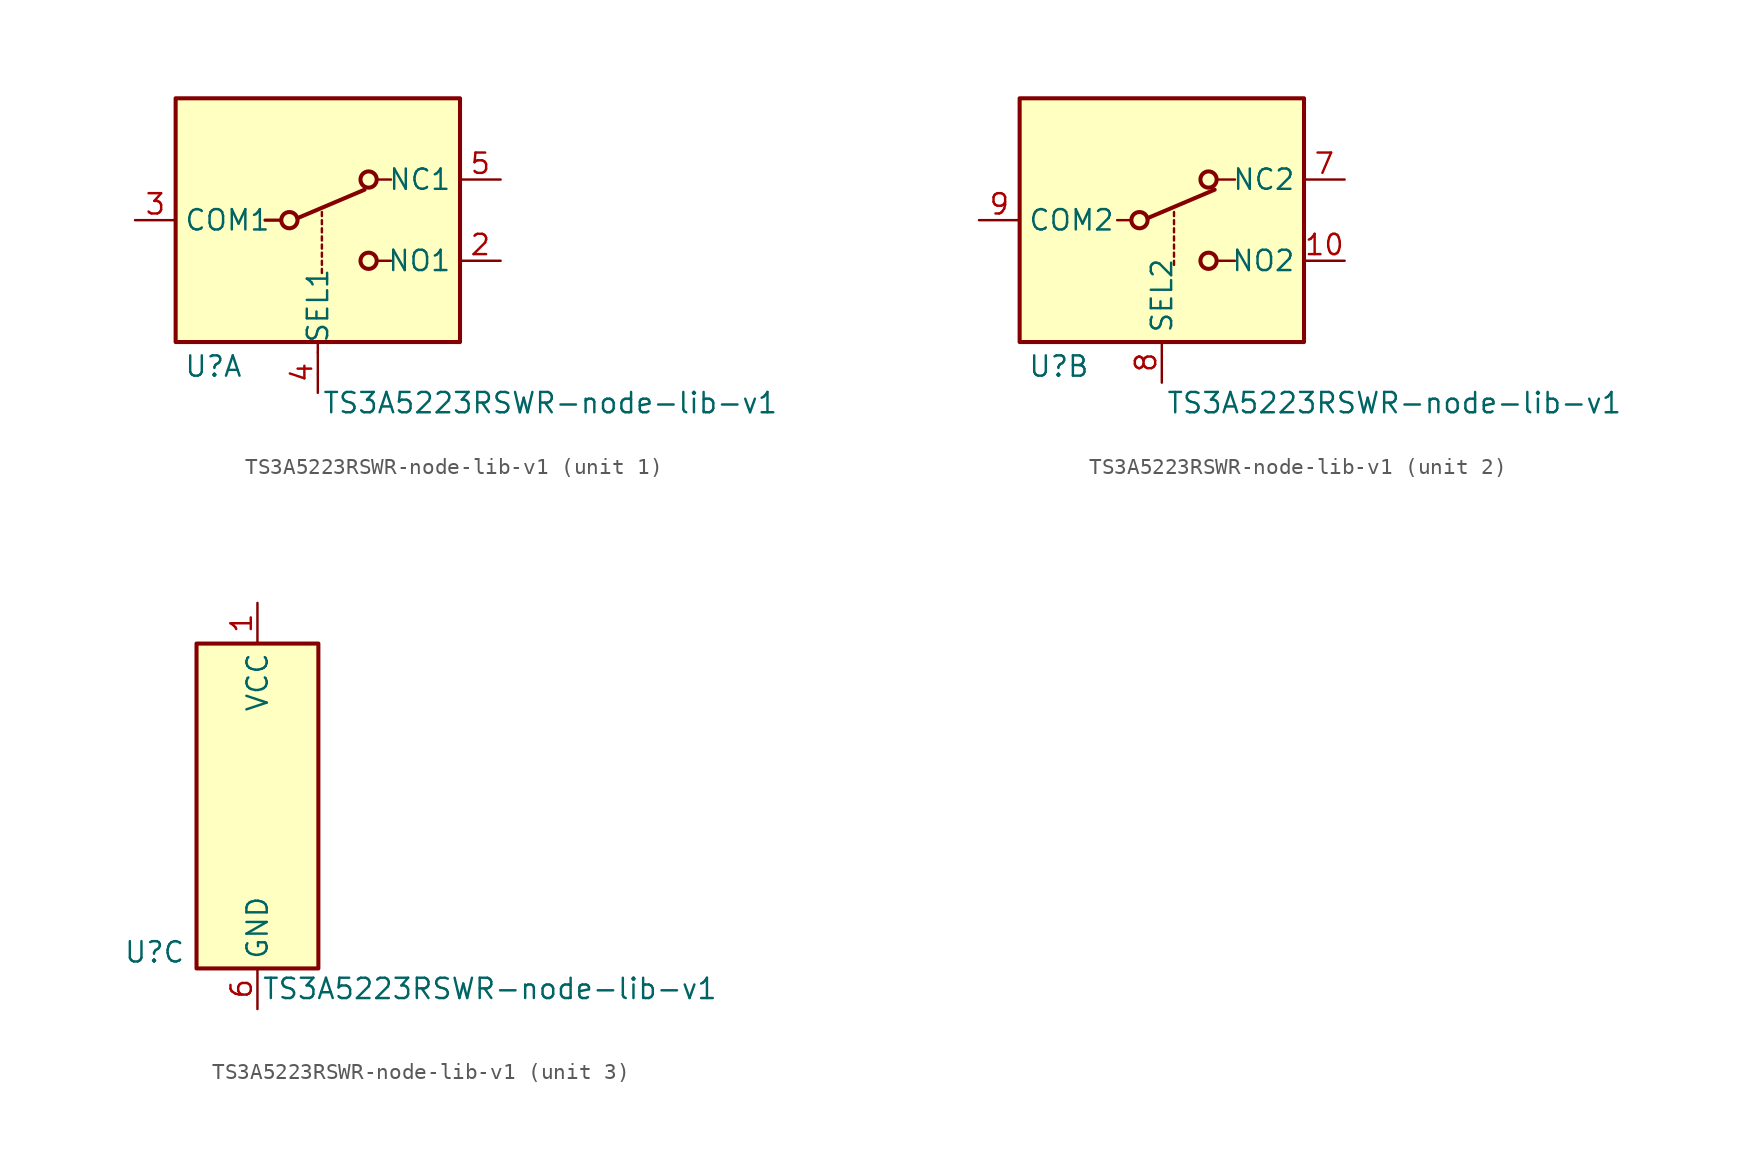
<source format=kicad_sym>
(kicad_symbol_lib
  (version 20211014)
  (generator kicad_symbol_editor)
  (symbol "TS3A5223RSWR-node-lib-v1"
    (property "Reference" "U"
      (at -8.382 -9.144 0)
      (effects (font (size 1.27 1.27)) (justify left)))
    (property "Value" "TS3A5223RSWR-node-lib-v1"
      (at 0.254 -11.43 0)
      (effects (font (size 1.27 1.27)) (justify left)))
    (property "ki_locked" ""
      (at 0 0 0)
      (effects (font (size 1.27 1.27))))
    (symbol "TS3A5223RSWR-node-lib-v1_1_1"
      (rectangle (start -8.89 7.62) (end 8.89 -7.62) (stroke (width 0.254) (type default) (color 0 0 0 0)) (fill (type background)))
      (circle (center -1.778 0) (radius 0.508) (stroke (width 0.254) (type default) (color 0 0 0 0)) (fill (type none)))
      (polyline (pts (xy -3.302 0) (xy -2.286 0)) (stroke (width 0.203) (type default) (color 0 0 0 0)) (fill (type none)))
      (polyline (pts (xy -1.27 0.127) (xy 2.921 1.905)) (stroke (width 0.254) (type default) (color 0 0 0 0)) (fill (type none)))
      (polyline (pts (xy 0 -8.255) (xy 0 -7.747)) (stroke (width 0) (type default) (color 0 0 0 0)) (fill (type none)))
      (polyline (pts (xy 0.254 -3.302) (xy 0.254 -3.048)) (stroke (width 0) (type default) (color 0 0 0 0)) (fill (type none)))
      (polyline (pts (xy 0.254 -2.794) (xy 0.254 -2.54)) (stroke (width 0) (type default) (color 0 0 0 0)) (fill (type none)))
      (polyline (pts (xy 0.254 -2.286) (xy 0.254 -2.032)) (stroke (width 0) (type default) (color 0 0 0 0)) (fill (type none)))
      (polyline (pts (xy 0.254 -1.778) (xy 0.254 -1.524)) (stroke (width 0) (type default) (color 0 0 0 0)) (fill (type none)))
      (polyline (pts (xy 0.254 -1.27) (xy 0.254 -1.016)) (stroke (width 0) (type default) (color 0 0 0 0)) (fill (type none)))
      (polyline (pts (xy 0.254 -0.762) (xy 0.254 -0.508)) (stroke (width 0) (type default) (color 0 0 0 0)) (fill (type none)))
      (polyline (pts (xy 0.254 -0.254) (xy 0.254 0)) (stroke (width 0) (type default) (color 0 0 0 0)) (fill (type none)))
      (polyline (pts (xy 0.254 0.254) (xy 0.254 0.508)) (stroke (width 0) (type default) (color 0 0 0 0)) (fill (type none)))
      (polyline (pts (xy 4.572 -2.54) (xy 3.81 -2.54)) (stroke (width 0) (type default) (color 0 0 0 0)) (fill (type none)))
      (polyline (pts (xy 4.572 2.54) (xy 3.81 2.54)) (stroke (width 0) (type default) (color 0 0 0 0)) (fill (type none)))
      (circle (center 3.175 -2.54) (radius 0.508) (stroke (width 0.254) (type default) (color 0 0 0 0)) (fill (type none)))
      (circle (center 3.175 2.54) (radius 0.508) (stroke (width 0.254) (type default) (color 0 0 0 0)) (fill (type none)))
      (pin bidirectional line (at 11.43 -2.54 180) (length 2.54) (name "NO1" (effects (font (size 1.27 1.27)))) (number "2" (effects (font (size 1.27 1.27)))))
      (pin bidirectional line (at -11.43 0 0) (length 2.54) (name "COM1" (effects (font (size 1.27 1.27)))) (number "3" (effects (font (size 1.27 1.27)))))
      (pin bidirectional line (at 0 -10.795 90) (length 2.54) (name "SEL1" (effects (font (size 1.27 1.27)))) (number "4" (effects (font (size 1.27 1.27)))))
      (pin bidirectional line (at 11.43 2.54 180) (length 2.54) (name "NC1" (effects (font (size 1.27 1.27)))) (number "5" (effects (font (size 1.27 1.27))))))
    (symbol "TS3A5223RSWR-node-lib-v1_2_1"
      (rectangle (start -8.89 7.62) (end 8.89 -7.62) (stroke (width 0.254) (type default) (color 0 0 0 0)) (fill (type background)))
      (circle (center -1.397 0) (radius 0.508) (stroke (width 0.254) (type default) (color 0 0 0 0)) (fill (type none)))
      (polyline (pts (xy -2.032 0) (xy -2.794 0)) (stroke (width 0) (type default) (color 0 0 0 0)) (fill (type none)))
      (polyline (pts (xy -0.889 0.127) (xy 3.302 1.905)) (stroke (width 0.254) (type default) (color 0 0 0 0)) (fill (type none)))
      (polyline (pts (xy 0.762 -2.794) (xy 0.762 -2.54)) (stroke (width 0) (type default) (color 0 0 0 0)) (fill (type none)))
      (polyline (pts (xy 0.762 -2.286) (xy 0.762 -2.032)) (stroke (width 0) (type default) (color 0 0 0 0)) (fill (type none)))
      (polyline (pts (xy 0.762 -1.778) (xy 0.762 -1.524)) (stroke (width 0) (type default) (color 0 0 0 0)) (fill (type none)))
      (polyline (pts (xy 0.762 -1.27) (xy 0.762 -1.016)) (stroke (width 0) (type default) (color 0 0 0 0)) (fill (type none)))
      (polyline (pts (xy 0.762 -0.762) (xy 0.762 -0.508)) (stroke (width 0) (type default) (color 0 0 0 0)) (fill (type none)))
      (polyline (pts (xy 0.762 -0.254) (xy 0.762 0)) (stroke (width 0) (type default) (color 0 0 0 0)) (fill (type none)))
      (polyline (pts (xy 0.762 0.254) (xy 0.762 0.508)) (stroke (width 0) (type default) (color 0 0 0 0)) (fill (type none)))
      (polyline (pts (xy 4.572 -2.54) (xy 3.556 -2.54)) (stroke (width 0) (type default) (color 0 0 0 0)) (fill (type none)))
      (polyline (pts (xy 4.572 2.54) (xy 3.556 2.54)) (stroke (width 0) (type default) (color 0 0 0 0)) (fill (type none)))
      (circle (center 2.921 -2.54) (radius 0.508) (stroke (width 0.254) (type default) (color 0 0 0 0)) (fill (type none)))
      (circle (center 2.921 2.54) (radius 0.508) (stroke (width 0.254) (type default) (color 0 0 0 0)) (fill (type none)))
      (pin bidirectional line (at 11.43 -2.54 180) (length 2.54) (name "NO2" (effects (font (size 1.27 1.27)))) (number "10" (effects (font (size 1.27 1.27)))))
      (pin bidirectional line (at 11.43 2.54 180) (length 2.54) (name "NC2" (effects (font (size 1.27 1.27)))) (number "7" (effects (font (size 1.27 1.27)))))
      (pin bidirectional line (at 0 -10.16 90) (length 2.54) (name "SEL2" (effects (font (size 1.27 1.27)))) (number "8" (effects (font (size 1.27 1.27)))))
      (pin passive line (at -11.43 0 0) (length 2.54) (name "COM2" (effects (font (size 1.27 1.27)))) (number "9" (effects (font (size 1.27 1.27))))))
    (symbol "TS3A5223RSWR-node-lib-v1_3_1"
      (rectangle (start -3.81 10.16) (end 3.81 -10.16) (stroke (width 0.254) (type default) (color 0 0 0 0)) (fill (type background)))
      (pin power_in line (at 0 12.7 270) (length 2.54) (name "VCC" (effects (font (size 1.27 1.27)))) (number "1" (effects (font (size 1.27 1.27)))))
      (pin power_in line (at 0 -12.7 90) (length 2.54) (name "GND" (effects (font (size 1.27 1.27)))) (number "6" (effects (font (size 1.27 1.27))))))))
</source>
